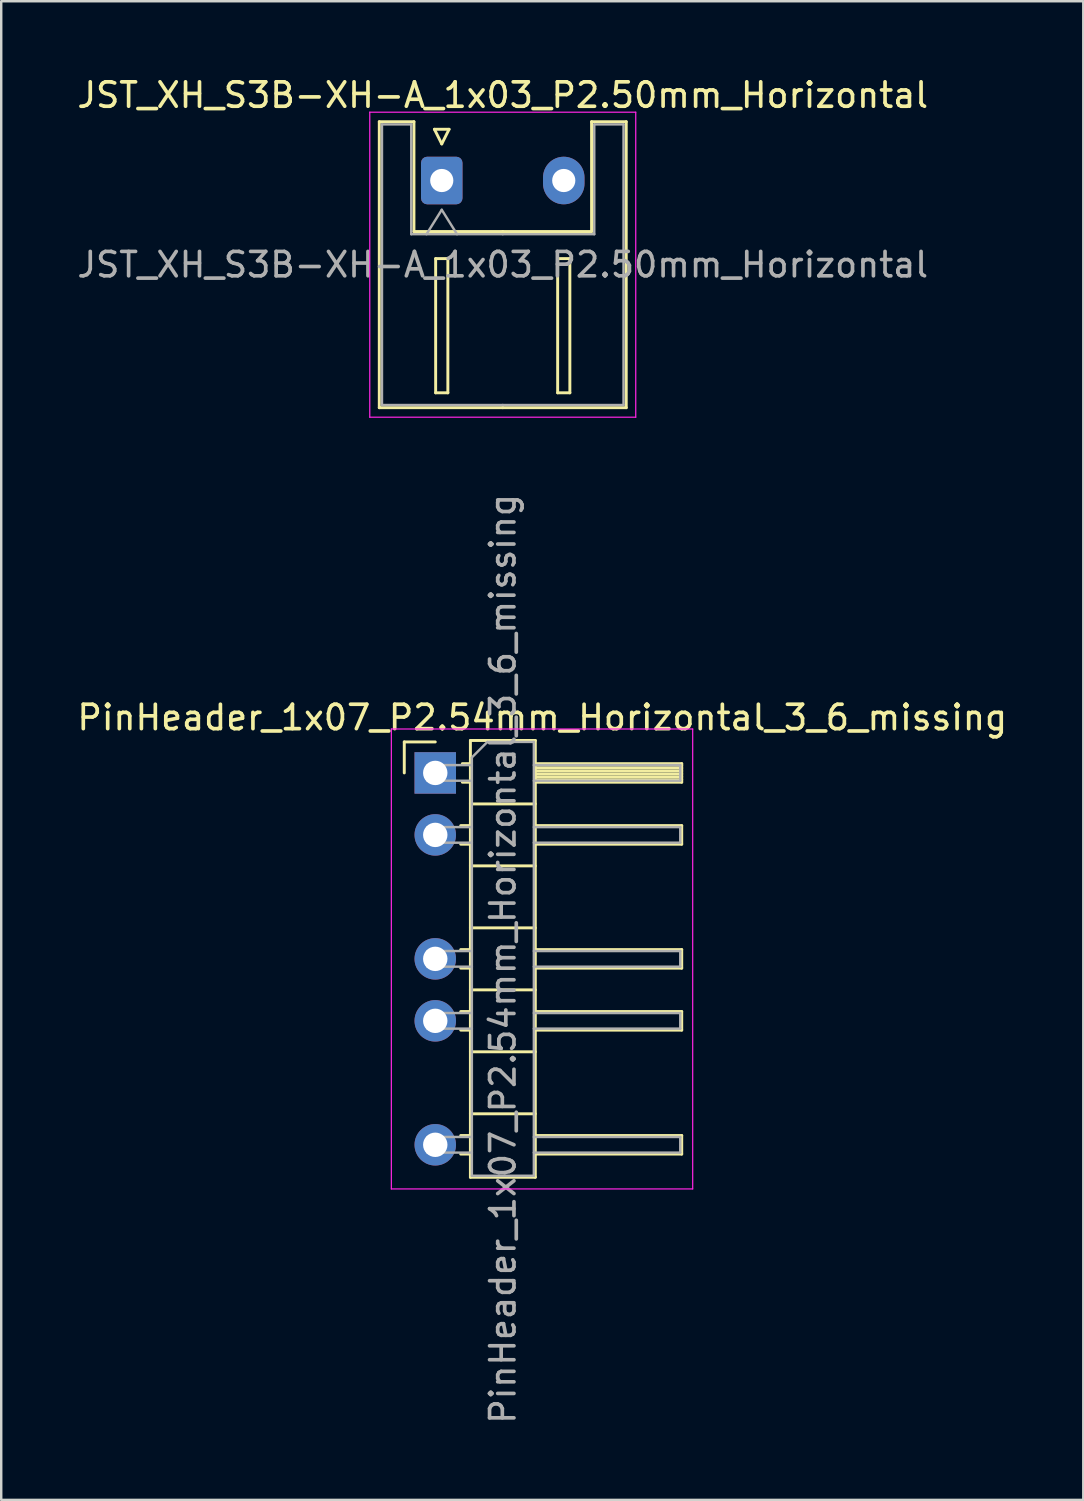
<source format=kicad_pcb>
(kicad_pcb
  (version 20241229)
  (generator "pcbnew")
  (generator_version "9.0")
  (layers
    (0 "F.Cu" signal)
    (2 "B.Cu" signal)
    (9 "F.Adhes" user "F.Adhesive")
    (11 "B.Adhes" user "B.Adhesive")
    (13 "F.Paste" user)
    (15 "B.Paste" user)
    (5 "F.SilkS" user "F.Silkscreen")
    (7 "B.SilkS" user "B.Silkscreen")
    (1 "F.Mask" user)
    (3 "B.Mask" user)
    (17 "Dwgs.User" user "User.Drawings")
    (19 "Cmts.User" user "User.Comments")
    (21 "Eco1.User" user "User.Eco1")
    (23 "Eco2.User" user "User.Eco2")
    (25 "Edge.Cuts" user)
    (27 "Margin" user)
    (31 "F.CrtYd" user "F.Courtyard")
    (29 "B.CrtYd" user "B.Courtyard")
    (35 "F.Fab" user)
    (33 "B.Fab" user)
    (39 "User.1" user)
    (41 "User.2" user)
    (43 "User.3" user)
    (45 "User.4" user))
  (footprint "PinHeader_1x07_P2.54mm_Horizontal_3_6_missing"
    (layer "F.Cu")
    (at 14.788 28.626)
    (property "Reference" "PinHeader_1x07_P2.54mm_Horizontal_3_6_missing" (at 4.385 -2.27 0) (layer "F.SilkS") (effects (font (size 1 1) (thickness 0.15))))
    (attr through_hole)
    (fp_line (start -1.27 -1.27) (end 0 -1.27) (stroke (width 0.12) (type solid)) (layer "F.SilkS"))
    (fp_line (start -1.27 0) (end -1.27 -1.27) (stroke (width 0.12) (type solid)) (layer "F.SilkS"))
    (fp_line (start 1.043 2.16) (end 1.44 2.16) (stroke (width 0.12) (type solid)) (layer "F.SilkS"))
    (fp_line (start 1.043 2.92) (end 1.44 2.92) (stroke (width 0.12) (type solid)) (layer "F.SilkS"))
    (fp_line (start 1.043 7.24) (end 1.44 7.24) (stroke (width 0.12) (type solid)) (layer "F.SilkS"))
    (fp_line (start 1.043 8) (end 1.44 8) (stroke (width 0.12) (type solid)) (layer "F.SilkS"))
    (fp_line (start 1.043 9.78) (end 1.44 9.78) (stroke (width 0.12) (type solid)) (layer "F.SilkS"))
    (fp_line (start 1.043 10.54) (end 1.44 10.54) (stroke (width 0.12) (type solid)) (layer "F.SilkS"))
    (fp_line (start 1.043 14.86) (end 1.44 14.86) (stroke (width 0.12) (type solid)) (layer "F.SilkS"))
    (fp_line (start 1.043 15.62) (end 1.44 15.62) (stroke (width 0.12) (type solid)) (layer "F.SilkS"))
    (fp_line (start 1.11 -0.38) (end 1.44 -0.38) (stroke (width 0.12) (type solid)) (layer "F.SilkS"))
    (fp_line (start 1.11 0.38) (end 1.44 0.38) (stroke (width 0.12) (type solid)) (layer "F.SilkS"))
    (fp_line (start 1.44 -1.33) (end 1.44 16.57) (stroke (width 0.12) (type solid)) (layer "F.SilkS"))
    (fp_line (start 1.44 1.27) (end 4.1 1.27) (stroke (width 0.12) (type solid)) (layer "F.SilkS"))
    (fp_line (start 1.44 3.81) (end 4.1 3.81) (stroke (width 0.12) (type solid)) (layer "F.SilkS"))
    (fp_line (start 1.44 6.35) (end 4.1 6.35) (stroke (width 0.12) (type solid)) (layer "F.SilkS"))
    (fp_line (start 1.44 8.89) (end 4.1 8.89) (stroke (width 0.12) (type solid)) (layer "F.SilkS"))
    (fp_line (start 1.44 11.43) (end 4.1 11.43) (stroke (width 0.12) (type solid)) (layer "F.SilkS"))
    (fp_line (start 1.44 13.97) (end 4.1 13.97) (stroke (width 0.12) (type solid)) (layer "F.SilkS"))
    (fp_line (start 1.44 16.57) (end 4.1 16.57) (stroke (width 0.12) (type solid)) (layer "F.SilkS"))
    (fp_line (start 4.1 -1.33) (end 1.44 -1.33) (stroke (width 0.12) (type solid)) (layer "F.SilkS"))
    (fp_line (start 4.1 -0.38) (end 10.1 -0.38) (stroke (width 0.12) (type solid)) (layer "F.SilkS"))
    (fp_line (start 4.1 -0.32) (end 10.1 -0.32) (stroke (width 0.12) (type solid)) (layer "F.SilkS"))
    (fp_line (start 4.1 -0.2) (end 10.1 -0.2) (stroke (width 0.12) (type solid)) (layer "F.SilkS"))
    (fp_line (start 4.1 -0.08) (end 10.1 -0.08) (stroke (width 0.12) (type solid)) (layer "F.SilkS"))
    (fp_line (start 4.1 0.04) (end 10.1 0.04) (stroke (width 0.12) (type solid)) (layer "F.SilkS"))
    (fp_line (start 4.1 0.16) (end 10.1 0.16) (stroke (width 0.12) (type solid)) (layer "F.SilkS"))
    (fp_line (start 4.1 0.28) (end 10.1 0.28) (stroke (width 0.12) (type solid)) (layer "F.SilkS"))
    (fp_line (start 4.1 2.16) (end 10.1 2.16) (stroke (width 0.12) (type solid)) (layer "F.SilkS"))
    (fp_line (start 4.1 7.24) (end 10.1 7.24) (stroke (width 0.12) (type solid)) (layer "F.SilkS"))
    (fp_line (start 4.1 9.78) (end 10.1 9.78) (stroke (width 0.12) (type solid)) (layer "F.SilkS"))
    (fp_line (start 4.1 14.86) (end 10.1 14.86) (stroke (width 0.12) (type solid)) (layer "F.SilkS"))
    (fp_line (start 4.1 16.57) (end 4.1 -1.33) (stroke (width 0.12) (type solid)) (layer "F.SilkS"))
    (fp_line (start 10.1 -0.38) (end 10.1 0.38) (stroke (width 0.12) (type solid)) (layer "F.SilkS"))
    (fp_line (start 10.1 0.38) (end 4.1 0.38) (stroke (width 0.12) (type solid)) (layer "F.SilkS"))
    (fp_line (start 10.1 2.16) (end 10.1 2.92) (stroke (width 0.12) (type solid)) (layer "F.SilkS"))
    (fp_line (start 10.1 2.92) (end 4.1 2.92) (stroke (width 0.12) (type solid)) (layer "F.SilkS"))
    (fp_line (start 10.1 7.24) (end 10.1 8) (stroke (width 0.12) (type solid)) (layer "F.SilkS"))
    (fp_line (start 10.1 8) (end 4.1 8) (stroke (width 0.12) (type solid)) (layer "F.SilkS"))
    (fp_line (start 10.1 9.78) (end 10.1 10.54) (stroke (width 0.12) (type solid)) (layer "F.SilkS"))
    (fp_line (start 10.1 10.54) (end 4.1 10.54) (stroke (width 0.12) (type solid)) (layer "F.SilkS"))
    (fp_line (start 10.1 14.86) (end 10.1 15.62) (stroke (width 0.12) (type solid)) (layer "F.SilkS"))
    (fp_line (start 10.1 15.62) (end 4.1 15.62) (stroke (width 0.12) (type solid)) (layer "F.SilkS"))
    (fp_line (start -1.8 -1.8) (end -1.8 17.05) (stroke (width 0.05) (type solid)) (layer "F.CrtYd"))
    (fp_line (start -1.8 17.05) (end 10.55 17.05) (stroke (width 0.05) (type solid)) (layer "F.CrtYd"))
    (fp_line (start 10.55 -1.8) (end -1.8 -1.8) (stroke (width 0.05) (type solid)) (layer "F.CrtYd"))
    (fp_line (start 10.55 17.05) (end 10.55 -1.8) (stroke (width 0.05) (type solid)) (layer "F.CrtYd"))
    (fp_line (start -0.32 -0.32) (end -0.32 0.32) (stroke (width 0.1) (type solid)) (layer "F.Fab"))
    (fp_line (start -0.32 -0.32) (end 1.5 -0.32) (stroke (width 0.1) (type solid)) (layer "F.Fab"))
    (fp_line (start -0.32 0.32) (end 1.5 0.32) (stroke (width 0.1) (type solid)) (layer "F.Fab"))
    (fp_line (start -0.32 2.22) (end -0.32 2.86) (stroke (width 0.1) (type solid)) (layer "F.Fab"))
    (fp_line (start -0.32 2.22) (end 1.5 2.22) (stroke (width 0.1) (type solid)) (layer "F.Fab"))
    (fp_line (start -0.32 2.86) (end 1.5 2.86) (stroke (width 0.1) (type solid)) (layer "F.Fab"))
    (fp_line (start -0.32 7.3) (end -0.32 7.94) (stroke (width 0.1) (type solid)) (layer "F.Fab"))
    (fp_line (start -0.32 7.3) (end 1.5 7.3) (stroke (width 0.1) (type solid)) (layer "F.Fab"))
    (fp_line (start -0.32 7.94) (end 1.5 7.94) (stroke (width 0.1) (type solid)) (layer "F.Fab"))
    (fp_line (start -0.32 9.84) (end -0.32 10.48) (stroke (width 0.1) (type solid)) (layer "F.Fab"))
    (fp_line (start -0.32 9.84) (end 1.5 9.84) (stroke (width 0.1) (type solid)) (layer "F.Fab"))
    (fp_line (start -0.32 10.48) (end 1.5 10.48) (stroke (width 0.1) (type solid)) (layer "F.Fab"))
    (fp_line (start -0.32 14.92) (end -0.32 15.56) (stroke (width 0.1) (type solid)) (layer "F.Fab"))
    (fp_line (start -0.32 14.92) (end 1.5 14.92) (stroke (width 0.1) (type solid)) (layer "F.Fab"))
    (fp_line (start -0.32 15.56) (end 1.5 15.56) (stroke (width 0.1) (type solid)) (layer "F.Fab"))
    (fp_line (start 1.5 -0.635) (end 2.135 -1.27) (stroke (width 0.1) (type solid)) (layer "F.Fab"))
    (fp_line (start 1.5 16.51) (end 1.5 -0.635) (stroke (width 0.1) (type solid)) (layer "F.Fab"))
    (fp_line (start 2.135 -1.27) (end 4.04 -1.27) (stroke (width 0.1) (type solid)) (layer "F.Fab"))
    (fp_line (start 4.04 -1.27) (end 4.04 16.51) (stroke (width 0.1) (type solid)) (layer "F.Fab"))
    (fp_line (start 4.04 -0.32) (end 10.04 -0.32) (stroke (width 0.1) (type solid)) (layer "F.Fab"))
    (fp_line (start 4.04 0.32) (end 10.04 0.32) (stroke (width 0.1) (type solid)) (layer "F.Fab"))
    (fp_line (start 4.04 2.22) (end 10.04 2.22) (stroke (width 0.1) (type solid)) (layer "F.Fab"))
    (fp_line (start 4.04 2.86) (end 10.04 2.86) (stroke (width 0.1) (type solid)) (layer "F.Fab"))
    (fp_line (start 4.04 7.3) (end 10.04 7.3) (stroke (width 0.1) (type solid)) (layer "F.Fab"))
    (fp_line (start 4.04 7.94) (end 10.04 7.94) (stroke (width 0.1) (type solid)) (layer "F.Fab"))
    (fp_line (start 4.04 9.84) (end 10.04 9.84) (stroke (width 0.1) (type solid)) (layer "F.Fab"))
    (fp_line (start 4.04 10.48) (end 10.04 10.48) (stroke (width 0.1) (type solid)) (layer "F.Fab"))
    (fp_line (start 4.04 14.92) (end 10.04 14.92) (stroke (width 0.1) (type solid)) (layer "F.Fab"))
    (fp_line (start 4.04 15.56) (end 10.04 15.56) (stroke (width 0.1) (type solid)) (layer "F.Fab"))
    (fp_line (start 4.04 16.51) (end 1.5 16.51) (stroke (width 0.1) (type solid)) (layer "F.Fab"))
    (fp_line (start 10.04 -0.32) (end 10.04 0.32) (stroke (width 0.1) (type solid)) (layer "F.Fab"))
    (fp_line (start 10.04 2.22) (end 10.04 2.86) (stroke (width 0.1) (type solid)) (layer "F.Fab"))
    (fp_line (start 10.04 7.3) (end 10.04 7.94) (stroke (width 0.1) (type solid)) (layer "F.Fab"))
    (fp_line (start 10.04 9.84) (end 10.04 10.48) (stroke (width 0.1) (type solid)) (layer "F.Fab"))
    (fp_line (start 10.04 14.92) (end 10.04 15.56) (stroke (width 0.1) (type solid)) (layer "F.Fab"))
    (fp_text user "${REFERENCE}" (at 2.77 7.62 90) (layer "F.Fab") (effects (font (size 1 1) (thickness 0.15))))
    (pad "1" thru_hole rect (at 0 0) (size 1.7 1.7) (drill 1) (layers "*.Cu" "*.Mask"))
    (pad "2" thru_hole oval (at 0 2.54) (size 1.7 1.7) (drill 1) (layers "*.Cu" "*.Mask"))
    (pad "3" thru_hole oval (at 0 7.62) (size 1.7 1.7) (drill 1) (layers "*.Cu" "*.Mask"))
    (pad "4" thru_hole oval (at 0 10.16) (size 1.7 1.7) (drill 1) (layers "*.Cu" "*.Mask"))
    (pad "5" thru_hole oval (at 0 15.24) (size 1.7 1.7) (drill 1) (layers "*.Cu" "*.Mask")))
  (footprint "JST_XH_S3B-XH-A_1x03_P2.50mm_Horizontal"
    (layer "F.Cu")
    (at 15.054 4.348)
    (property "Reference" "JST_XH_S3B-XH-A_1x03_P2.50mm_Horizontal" (at 2.5 -3.5 0) (layer "F.SilkS") (effects (font (size 1 1) (thickness 0.15))))
    (attr through_hole)
    (fp_line (start -2.56 -2.41) (end -1.14 -2.41) (stroke (width 0.12) (type solid)) (layer "F.SilkS"))
    (fp_line (start -2.56 9.31) (end -2.56 -2.41) (stroke (width 0.12) (type solid)) (layer "F.SilkS"))
    (fp_line (start -1.14 -2.41) (end -1.14 2.09) (stroke (width 0.12) (type solid)) (layer "F.SilkS"))
    (fp_line (start -1.14 2.09) (end 2.5 2.09) (stroke (width 0.12) (type solid)) (layer "F.SilkS"))
    (fp_line (start -0.3 -2.1) (end 0.3 -2.1) (stroke (width 0.12) (type solid)) (layer "F.SilkS"))
    (fp_line (start -0.25 3.2) (end -0.25 8.7) (stroke (width 0.12) (type solid)) (layer "F.SilkS"))
    (fp_line (start -0.25 8.7) (end 0.25 8.7) (stroke (width 0.12) (type solid)) (layer "F.SilkS"))
    (fp_line (start 0 -1.5) (end -0.3 -2.1) (stroke (width 0.12) (type solid)) (layer "F.SilkS"))
    (fp_line (start 0.25 3.2) (end -0.25 3.2) (stroke (width 0.12) (type solid)) (layer "F.SilkS"))
    (fp_line (start 0.25 8.7) (end 0.25 3.2) (stroke (width 0.12) (type solid)) (layer "F.SilkS"))
    (fp_line (start 0.3 -2.1) (end 0 -1.5) (stroke (width 0.12) (type solid)) (layer "F.SilkS"))
    (fp_line (start 2.5 9.31) (end -2.56 9.31) (stroke (width 0.12) (type solid)) (layer "F.SilkS"))
    (fp_line (start 2.5 9.31) (end 7.56 9.31) (stroke (width 0.12) (type solid)) (layer "F.SilkS"))
    (fp_line (start 4.75 3.2) (end 4.75 8.7) (stroke (width 0.12) (type solid)) (layer "F.SilkS"))
    (fp_line (start 4.75 8.7) (end 5.25 8.7) (stroke (width 0.12) (type solid)) (layer "F.SilkS"))
    (fp_line (start 5.25 3.2) (end 4.75 3.2) (stroke (width 0.12) (type solid)) (layer "F.SilkS"))
    (fp_line (start 5.25 8.7) (end 5.25 3.2) (stroke (width 0.12) (type solid)) (layer "F.SilkS"))
    (fp_line (start 6.14 -2.41) (end 6.14 2.09) (stroke (width 0.12) (type solid)) (layer "F.SilkS"))
    (fp_line (start 6.14 2.09) (end 2.5 2.09) (stroke (width 0.12) (type solid)) (layer "F.SilkS"))
    (fp_line (start 7.56 -2.41) (end 6.14 -2.41) (stroke (width 0.12) (type solid)) (layer "F.SilkS"))
    (fp_line (start 7.56 9.31) (end 7.56 -2.41) (stroke (width 0.12) (type solid)) (layer "F.SilkS"))
    (fp_line (start -2.95 -2.8) (end -2.95 9.7) (stroke (width 0.05) (type solid)) (layer "F.CrtYd"))
    (fp_line (start -2.95 9.7) (end 7.95 9.7) (stroke (width 0.05) (type solid)) (layer "F.CrtYd"))
    (fp_line (start 7.95 -2.8) (end -2.95 -2.8) (stroke (width 0.05) (type solid)) (layer "F.CrtYd"))
    (fp_line (start 7.95 9.7) (end 7.95 -2.8) (stroke (width 0.05) (type solid)) (layer "F.CrtYd"))
    (fp_line (start -2.45 -2.3) (end -1.25 -2.3) (stroke (width 0.1) (type solid)) (layer "F.Fab"))
    (fp_line (start -2.45 9.2) (end -2.45 -2.3) (stroke (width 0.1) (type solid)) (layer "F.Fab"))
    (fp_line (start -1.25 -2.3) (end -1.25 2.2) (stroke (width 0.1) (type solid)) (layer "F.Fab"))
    (fp_line (start -1.25 2.2) (end 2.5 2.2) (stroke (width 0.1) (type solid)) (layer "F.Fab"))
    (fp_line (start -0.625 2.2) (end 0 1.2) (stroke (width 0.1) (type solid)) (layer "F.Fab"))
    (fp_line (start 0 1.2) (end 0.625 2.2) (stroke (width 0.1) (type solid)) (layer "F.Fab"))
    (fp_line (start 2.5 9.2) (end -2.45 9.2) (stroke (width 0.1) (type solid)) (layer "F.Fab"))
    (fp_line (start 2.5 9.2) (end 7.45 9.2) (stroke (width 0.1) (type solid)) (layer "F.Fab"))
    (fp_line (start 6.25 -2.3) (end 6.25 2.2) (stroke (width 0.1) (type solid)) (layer "F.Fab"))
    (fp_line (start 6.25 2.2) (end 2.5 2.2) (stroke (width 0.1) (type solid)) (layer "F.Fab"))
    (fp_line (start 7.45 -2.3) (end 6.25 -2.3) (stroke (width 0.1) (type solid)) (layer "F.Fab"))
    (fp_line (start 7.45 9.2) (end 7.45 -2.3) (stroke (width 0.1) (type solid)) (layer "F.Fab"))
    (fp_text user "${REFERENCE}" (at 2.5 3.45 0) (layer "F.Fab") (effects (font (size 1 1) (thickness 0.15))))
    (pad "1" thru_hole roundrect (at 0 0) (size 1.7 1.95) (drill 0.95) (layers "*.Cu" "*.Mask") (roundrect_rratio 0.147))
    (pad "3" thru_hole oval (at 5 0) (size 1.7 1.95) (drill 0.95) (layers "*.Cu" "*.Mask")))
  (gr_rect
    (start -3 -3)
    (end 41.345 58.418)
    (stroke (width 0.1) (type default))
    (fill no)
    (layer "Edge.Cuts")))
</source>
